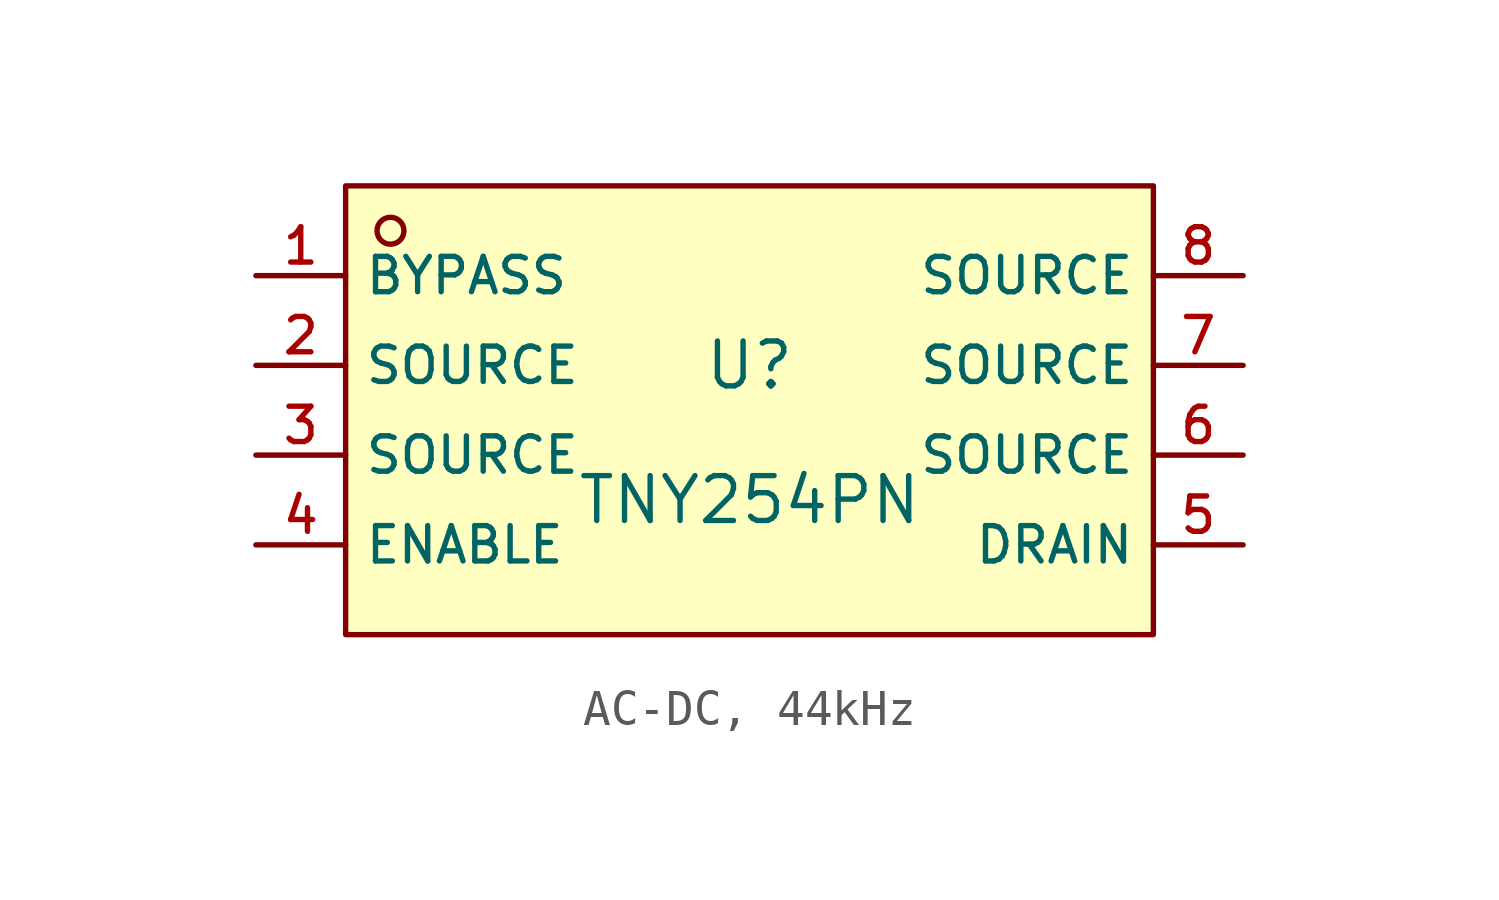
<source format=kicad_sym>
(kicad_symbol_lib
  (version 20231120)
  (generator "CDFER_Archive_Tool")
  (generator_version "0.0")
  (symbol "AC-DC, 44kHz"
    (property "Reference" "U"
      (at -1.27 2.54 0)
      (effects (font (size 1.27 1.27))))
    (property "Value" "TNY254PN"
      (at -1.27 -1.27 0)
      (effects (font (size 1.27 1.27))))
    (symbol "AC-DC, 44kHz_0_1"
      (rectangle (start -12.7 7.62) (end 10.16 -5.08) (stroke (width 0) (type default)) (fill (type background)))
      (circle (center -11.43 6.35) (radius 0.381) (stroke (width 0) (type default)) (fill (type background)))
      (pin unspecified line (at -15.24 5.08 0) (length 2.54) (name "BYPASS" (effects (font (size 1 1)))) (number "1" (effects (font (size 1 1)))))
      (pin unspecified line (at -15.24 2.54 0) (length 2.54) (name "SOURCE" (effects (font (size 1 1)))) (number "2" (effects (font (size 1 1)))))
      (pin unspecified line (at -15.24 0 0) (length 2.54) (name "SOURCE" (effects (font (size 1 1)))) (number "3" (effects (font (size 1 1)))))
      (pin unspecified line (at -15.24 -2.54 0) (length 2.54) (name "ENABLE" (effects (font (size 1 1)))) (number "4" (effects (font (size 1 1)))))
      (pin unspecified line (at 12.7 -2.54 180) (length 2.54) (name "DRAIN" (effects (font (size 1 1)))) (number "5" (effects (font (size 1 1)))))
      (pin unspecified line (at 12.7 0 180) (length 2.54) (name "SOURCE" (effects (font (size 1 1)))) (number "6" (effects (font (size 1 1)))))
      (pin unspecified line (at 12.7 2.54 180) (length 2.54) (name "SOURCE" (effects (font (size 1 1)))) (number "7" (effects (font (size 1 1)))))
      (pin unspecified line (at 12.7 5.08 180) (length 2.54) (name "SOURCE" (effects (font (size 1 1)))) (number "8" (effects (font (size 1 1))))))))
</source>
